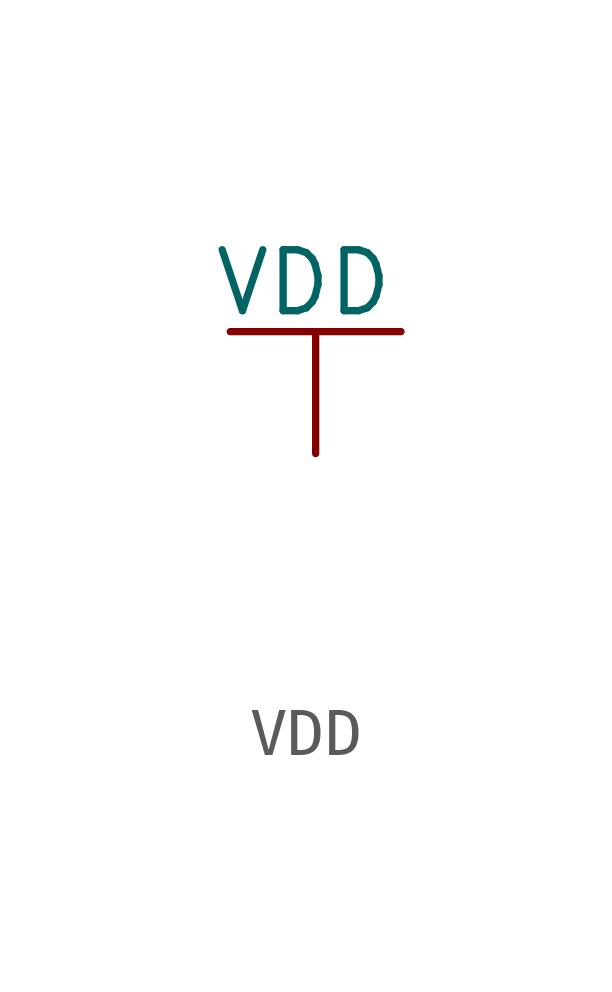
<source format=kicad_sym>
(kicad_symbol_lib
  (version 20231120)
  (generator "kicad_symbol_editor")
  (generator_version "8.0")
  (symbol "VDD"
    (power)
    (pin_numbers hide)
    (pin_names
      (offset 0) hide)
    (property "Reference" "#PWR"
      (at 0 -3.81 0)
      (effects (font (size 1.27 1.27)) (hide yes)))
    (property "Value" "VDD"
      (at -0.254 3.556 0)
      (effects (font (size 1.27 1.27))))
    (property "Footprint" ""
      (at 0 0 0)
      (effects (font (size 1.524 1.524))))
    (property "Datasheet" ""
      (at 0 -3.81 0)
      (effects (font (size 1.524 1.524))))
    (symbol "VDD_0_1"
      (polyline (pts (xy -1.778 2.54) (xy 0 2.54)) (stroke (width 0) (type default)) (fill (type none)))
      (polyline (pts (xy 0 0) (xy 0 2.54)) (stroke (width 0) (type default)) (fill (type none)))
      (polyline (pts (xy 0 2.54) (xy 1.778 2.54)) (stroke (width 0) (type default)) (fill (type none))))
    (symbol "VDD_1_1"
      (pin power_in line (at 0 0 90) (length 0) hide (name "VDD" (effects (font (size 1.27 1.27)))) (number "1" (effects (font (size 1.27 1.27))))))))
</source>
